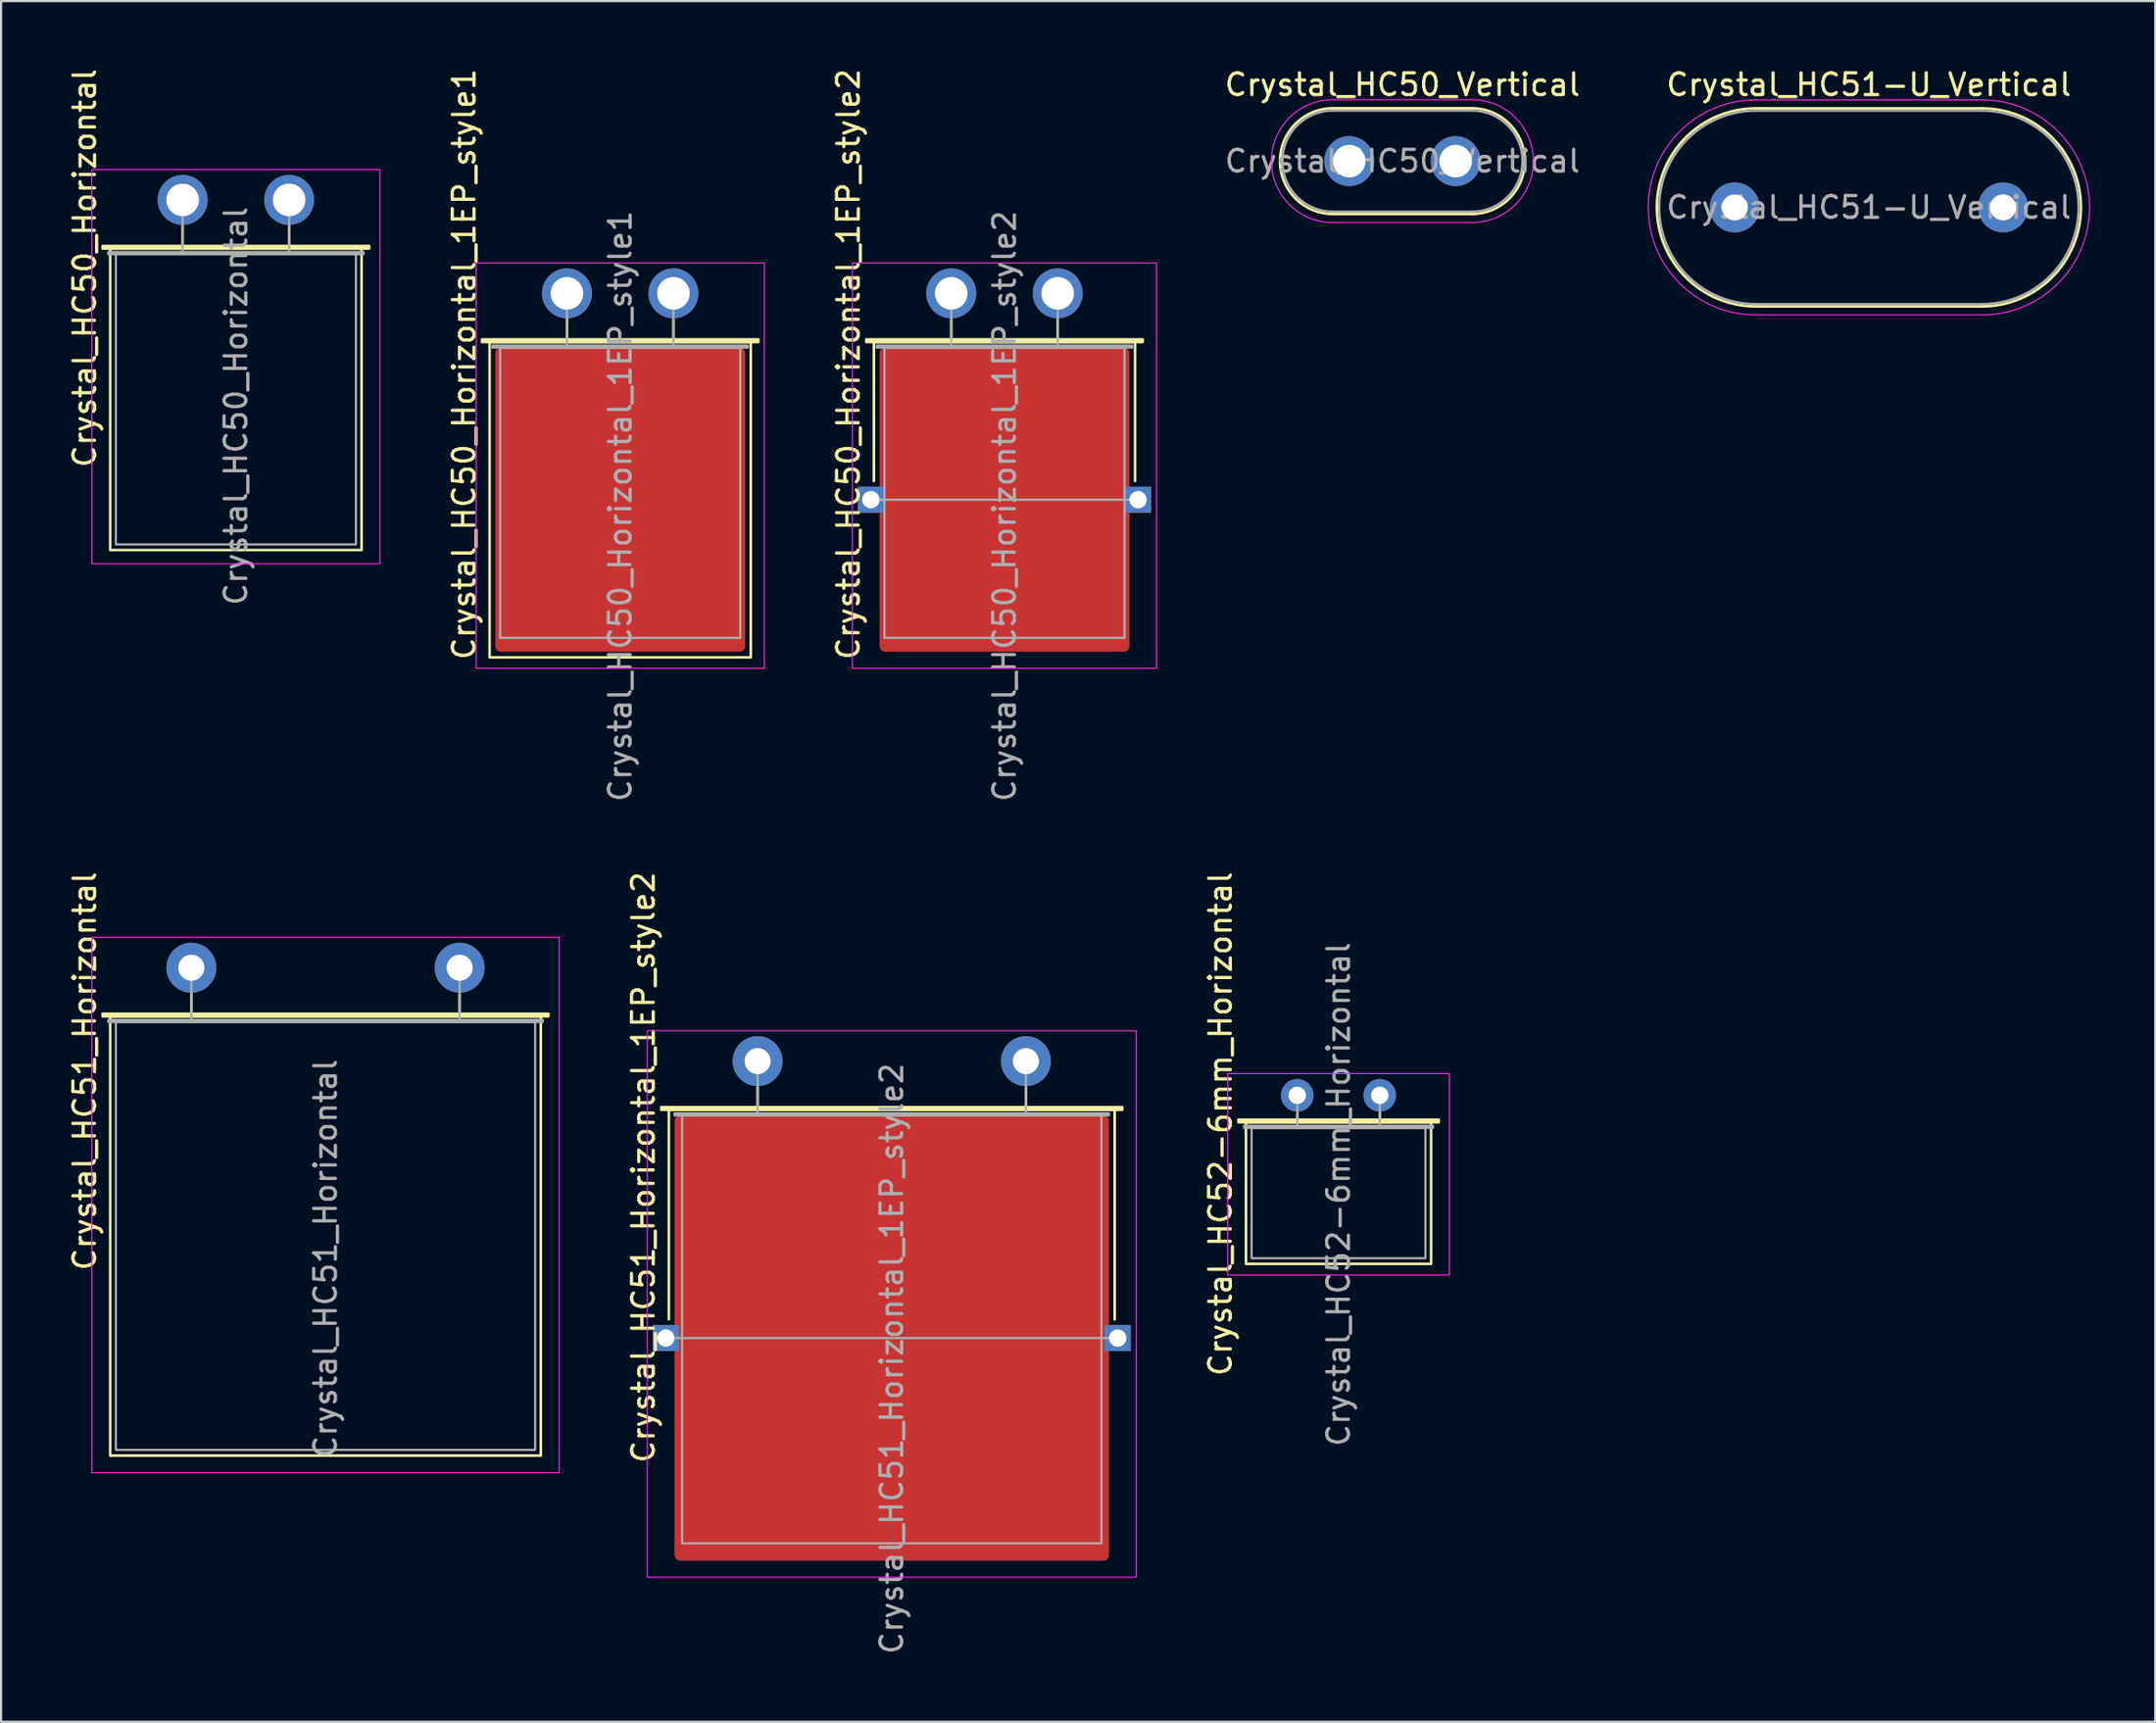
<source format=kicad_pcb>
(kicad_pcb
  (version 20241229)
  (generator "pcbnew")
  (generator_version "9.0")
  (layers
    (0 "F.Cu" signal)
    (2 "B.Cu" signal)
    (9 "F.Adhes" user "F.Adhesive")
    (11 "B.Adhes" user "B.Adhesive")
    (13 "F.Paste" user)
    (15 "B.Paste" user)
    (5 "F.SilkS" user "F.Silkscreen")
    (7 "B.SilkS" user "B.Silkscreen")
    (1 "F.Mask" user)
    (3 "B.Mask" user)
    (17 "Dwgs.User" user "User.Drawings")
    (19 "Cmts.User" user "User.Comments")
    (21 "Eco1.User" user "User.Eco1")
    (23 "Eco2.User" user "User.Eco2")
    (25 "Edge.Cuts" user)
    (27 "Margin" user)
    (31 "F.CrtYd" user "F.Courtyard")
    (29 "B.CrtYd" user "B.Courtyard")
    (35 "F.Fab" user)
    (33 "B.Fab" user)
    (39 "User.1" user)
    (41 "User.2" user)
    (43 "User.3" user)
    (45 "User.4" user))
  (footprint "Crystal_HC51-U_Vertical"
    (layer "F.Cu")
    (at 76.798 6.498)
    (property "Reference" "Crystal_HC51-U_Vertical" (at 6.17 -5.65 0) (layer "F.SilkS") (effects (font (size 1 1) (thickness 0.15))))
    (attr through_hole)
    (fp_line (start 0.975 -4.56) (end 11.375 -4.56) (stroke (width 0.12) (type solid)) (layer "F.SilkS"))
    (fp_line (start 11.375 4.56) (end 0.975 4.56) (stroke (width 0.12) (type solid)) (layer "F.SilkS"))
    (fp_arc (start 0.975 4.56) (mid -3.585 0) (end 0.975 -4.56) (stroke (width 0.12) (type solid)) (layer "F.SilkS"))
    (fp_arc (start 11.375 -4.56) (mid 15.935 0) (end 11.375 4.56) (stroke (width 0.12) (type solid)) (layer "F.SilkS"))
    (fp_line (start 0.97 -4.95) (end 11.38 -4.95) (stroke (width 0.05) (type solid)) (layer "F.CrtYd"))
    (fp_line (start 11.38 4.95) (end 0.97 4.95) (stroke (width 0.05) (type solid)) (layer "F.CrtYd"))
    (fp_arc (start 0.97 4.95) (mid -3.98 0) (end 0.97 -4.95) (stroke (width 0.05) (type solid)) (layer "F.CrtYd"))
    (fp_arc (start 11.38 -4.95) (mid 16.33 0) (end 11.38 4.95) (stroke (width 0.05) (type solid)) (layer "F.CrtYd"))
    (fp_line (start 0.975 -4.45) (end 11.375 -4.45) (stroke (width 0.1) (type solid)) (layer "F.Fab"))
    (fp_line (start 11.375 4.45) (end 0.975 4.45) (stroke (width 0.1) (type solid)) (layer "F.Fab"))
    (fp_arc (start 0.975 4.45) (mid -3.475 0) (end 0.975 -4.45) (stroke (width 0.1) (type solid)) (layer "F.Fab"))
    (fp_arc (start 11.375 -4.45) (mid 15.825 0) (end 11.375 4.45) (stroke (width 0.1) (type solid)) (layer "F.Fab"))
    (fp_text user "${REFERENCE}" (at 6.17 0 0) (layer "F.Fab") (effects (font (size 1 1) (thickness 0.15))))
    (pad "1" thru_hole circle (at 0 0) (size 2.3 2.3) (drill 1.2) (layers "*.Cu" "*.Mask"))
    (pad "2" thru_hole circle (at 12.35 0) (size 2.3 2.3) (drill 1.2) (layers "*.Cu" "*.Mask")))
  (footprint "Crystal_HC51_Horizontal"
    (layer "F.Cu")
    (at 5.758 41.501)
    (property "Reference" "Crystal_HC51_Horizontal" (at -4.91 4.763 90) (layer "F.SilkS") (effects (font (size 1 1) (thickness 0.15))))
    (attr through_hole)
    (fp_line (start 0 2.24) (end 0 1.21) (stroke (width 0.12) (type solid)) (layer "F.SilkS"))
    (fp_line (start 12.35 2.24) (end 12.35 1.21) (stroke (width 0.12) (type solid)) (layer "F.SilkS"))
    (fp_rect (start -4.085 2.12) (end 16.435 2.24) (stroke (width 0.12) (type solid)) (fill no) (layer "F.SilkS"))
    (fp_rect (start -3.735 2.24) (end 16.085 22.46) (stroke (width 0.12) (type solid)) (fill no) (layer "F.SilkS"))
    (fp_rect (start -4.58 -1.4) (end 16.93 23.25) (stroke (width 0.05) (type solid)) (fill no) (layer "F.CrtYd"))
    (fp_line (start 0 1.25) (end 0 0) (stroke (width 0.1) (type solid)) (layer "F.Fab"))
    (fp_line (start 0 2.5) (end 0 1.25) (stroke (width 0.1) (type solid)) (layer "F.Fab"))
    (fp_line (start 12.35 1.25) (end 12.35 0) (stroke (width 0.1) (type solid)) (layer "F.Fab"))
    (fp_line (start 12.35 2.5) (end 12.35 1.25) (stroke (width 0.1) (type solid)) (layer "F.Fab"))
    (fp_rect (start -3.825 2.4) (end 16.175 2.5) (stroke (width 0.1) (type solid)) (fill no) (layer "F.Fab"))
    (fp_rect (start -3.475 2.5) (end 15.825 22.2) (stroke (width 0.1) (type solid)) (fill no) (layer "F.Fab"))
    (fp_text user "${REFERENCE}" (at 6.175 13.39 90) (layer "F.Fab") (effects (font (size 1 1) (thickness 0.15))))
    (pad "1" thru_hole circle (at 0 0) (size 2.3 2.3) (drill 1.2) (layers "*.Cu" "*.Mask"))
    (pad "2" thru_hole circle (at 12.35 0) (size 2.3 2.3) (drill 1.2) (layers "*.Cu" "*.Mask")))
  (footprint "Crystal_HC51_Horizontal_1EP_style2"
    (layer "F.Cu")
    (at 31.822 45.802)
    (property "Reference" "Crystal_HC51_Horizontal_1EP_style2" (at -5.26 4.89 90) (layer "F.SilkS") (effects (font (size 1 1) (thickness 0.15))))
    (attr through_hole)
    (fp_line (start -4.085 2.24) (end 16.435 2.24) (stroke (width 0.12) (type solid)) (layer "F.SilkS"))
    (fp_line (start -4.085 11.89) (end -4.085 2.24) (stroke (width 0.12) (type solid)) (layer "F.SilkS"))
    (fp_line (start 0 2.24) (end 0 1.21) (stroke (width 0.12) (type solid)) (layer "F.SilkS"))
    (fp_line (start 12.35 2.24) (end 12.35 1.21) (stroke (width 0.12) (type solid)) (layer "F.SilkS"))
    (fp_line (start 16.435 2.24) (end 16.435 11.89) (stroke (width 0.12) (type solid)) (layer "F.SilkS"))
    (fp_rect (start -4.435 2.12) (end 16.785 2.24) (stroke (width 0.12) (type solid)) (fill no) (layer "F.SilkS"))
    (fp_rect (start -5.08 -1.4) (end 17.43 23.76) (stroke (width 0.05) (type solid)) (fill no) (layer "F.CrtYd"))
    (fp_line (start -4.225 12.75) (end 16.575 12.75) (stroke (width 0.1) (type solid)) (layer "F.Fab"))
    (fp_line (start 0 1.25) (end 0 0) (stroke (width 0.1) (type solid)) (layer "F.Fab"))
    (fp_line (start 0 2.5) (end 0 1.25) (stroke (width 0.1) (type solid)) (layer "F.Fab"))
    (fp_line (start 12.35 1.25) (end 12.35 0) (stroke (width 0.1) (type solid)) (layer "F.Fab"))
    (fp_line (start 12.35 2.5) (end 12.35 1.25) (stroke (width 0.1) (type solid)) (layer "F.Fab"))
    (fp_rect (start -3.825 2.4) (end 16.175 2.5) (stroke (width 0.1) (type solid)) (fill no) (layer "F.Fab"))
    (fp_rect (start -3.475 2.5) (end 15.825 22.2) (stroke (width 0.1) (type solid)) (fill no) (layer "F.Fab"))
    (fp_text user "${REFERENCE}" (at 6.175 13.696 90) (layer "F.Fab") (effects (font (size 1 1) (thickness 0.15))))
    (pad "1" thru_hole circle (at 0 0) (size 2.3 2.3) (drill 1.2) (layers "*.Cu" "*.Mask"))
    (pad "2" thru_hole circle (at 12.35 0) (size 2.3 2.3) (drill 1.2) (layers "*.Cu" "*.Mask"))
    (pad "3" thru_hole rect (at -4.225 12.75) (size 1.2 1.2) (drill 0.8) (layers "*.Cu" "*.Mask"))
    (pad "3" smd roundrect (at 6.175 12.75) (size 20 20.5) (layers "F.Cu" "F.Mask" "F.Paste") (roundrect_rratio 0.013))
    (pad "3" thru_hole rect (at 16.575 12.75) (size 1.2 1.2) (drill 0.8) (layers "*.Cu" "*.Mask")))
  (footprint "Crystal_HC52-6mm_Horizontal"
    (layer "F.Cu")
    (at 56.66 47.377)
    (property "Reference" "Crystal_HC52-6mm_Horizontal" (at -3.535 1.315 90) (layer "F.SilkS") (effects (font (size 1 1) (thickness 0.15))))
    (attr through_hole)
    (fp_line (start 0 1.24) (end 0 0.81) (stroke (width 0.12) (type solid)) (layer "F.SilkS"))
    (fp_line (start 3.8 1.24) (end 3.8 0.81) (stroke (width 0.12) (type solid)) (layer "F.SilkS"))
    (fp_rect (start -2.71 1.12) (end 6.51 1.24) (stroke (width 0.12) (type solid)) (fill no) (layer "F.SilkS"))
    (fp_rect (start -2.36 1.24) (end 6.16 7.76) (stroke (width 0.12) (type solid)) (fill no) (layer "F.SilkS"))
    (fp_rect (start -3.2 -1) (end 7 8.27) (stroke (width 0.05) (type solid)) (fill no) (layer "F.CrtYd"))
    (fp_line (start 0 0.75) (end 0 0) (stroke (width 0.1) (type solid)) (layer "F.Fab"))
    (fp_line (start 0 1.5) (end 0 0.75) (stroke (width 0.1) (type solid)) (layer "F.Fab"))
    (fp_line (start 3.8 0.75) (end 3.8 0) (stroke (width 0.1) (type solid)) (layer "F.Fab"))
    (fp_line (start 3.8 1.5) (end 3.8 0.75) (stroke (width 0.1) (type solid)) (layer "F.Fab"))
    (fp_rect (start -2.45 1.4) (end 6.25 1.5) (stroke (width 0.1) (type solid)) (fill no) (layer "F.Fab"))
    (fp_rect (start -2.1 1.5) (end 5.9 7.5) (stroke (width 0.1) (type solid)) (fill no) (layer "F.Fab"))
    (fp_text user "${REFERENCE}" (at 1.9 4.556 90) (layer "F.Fab") (effects (font (size 1 1) (thickness 0.15))))
    (pad "1" thru_hole circle (at 0 0) (size 1.5 1.5) (drill 0.8) (layers "*.Cu" "*.Mask"))
    (pad "2" thru_hole circle (at 3.8 0) (size 1.5 1.5) (drill 0.8) (layers "*.Cu" "*.Mask")))
  (footprint "Crystal_HC50_Horizontal"
    (layer "F.Cu")
    (at 5.358 6.154)
    (property "Reference" "Crystal_HC50_Horizontal" (at -4.51 3.138 90) (layer "F.SilkS") (effects (font (size 1 1) (thickness 0.15))))
    (attr through_hole)
    (fp_line (start 0 2.24) (end 0 1.21) (stroke (width 0.12) (type solid)) (layer "F.SilkS"))
    (fp_line (start 4.9 2.24) (end 4.9 1.21) (stroke (width 0.12) (type solid)) (layer "F.SilkS"))
    (fp_rect (start -3.685 2.12) (end 8.585 2.24) (stroke (width 0.12) (type solid)) (fill no) (layer "F.SilkS"))
    (fp_rect (start -3.335 2.24) (end 8.235 16.12) (stroke (width 0.12) (type solid)) (fill no) (layer "F.SilkS"))
    (fp_rect (start -4.18 -1.4) (end 9.08 16.75) (stroke (width 0.05) (type solid)) (fill no) (layer "F.CrtYd"))
    (fp_line (start 0 1.25) (end 0 0) (stroke (width 0.1) (type solid)) (layer "F.Fab"))
    (fp_line (start 0 2.5) (end 0 1.25) (stroke (width 0.1) (type solid)) (layer "F.Fab"))
    (fp_line (start 4.9 1.25) (end 4.9 0) (stroke (width 0.1) (type solid)) (layer "F.Fab"))
    (fp_line (start 4.9 2.5) (end 4.9 1.25) (stroke (width 0.1) (type solid)) (layer "F.Fab"))
    (fp_rect (start -3.425 2.4) (end 8.325 2.5) (stroke (width 0.1) (type solid)) (fill no) (layer "F.Fab"))
    (fp_rect (start -3.075 2.5) (end 7.975 15.86) (stroke (width 0.1) (type solid)) (fill no) (layer "F.Fab"))
    (fp_text user "${REFERENCE}" (at 2.45 9.49 90) (layer "F.Fab") (effects (font (size 1 1) (thickness 0.15))))
    (pad "1" thru_hole circle (at 0 0) (size 2.3 2.3) (drill 1.5) (layers "*.Cu" "*.Mask"))
    (pad "2" thru_hole circle (at 4.9 0) (size 2.3 2.3) (drill 1.5) (layers "*.Cu" "*.Mask")))
  (footprint "Crystal_HC50_Vertical"
    (layer "F.Cu")
    (at 59.051 4.368)
    (property "Reference" "Crystal_HC50_Vertical" (at 2.45 -3.52 0) (layer "F.SilkS") (effects (font (size 1 1) (thickness 0.15))))
    (attr through_hole)
    (fp_line (start -0.75 -2.435) (end 5.65 -2.435) (stroke (width 0.12) (type solid)) (layer "F.SilkS"))
    (fp_line (start 5.65 2.435) (end -0.75 2.435) (stroke (width 0.12) (type solid)) (layer "F.SilkS"))
    (fp_arc (start -0.75 2.435) (mid -3.185 0) (end -0.75 -2.435) (stroke (width 0.12) (type solid)) (layer "F.SilkS"))
    (fp_arc (start 5.65 -2.435) (mid 8.085 0) (end 5.65 2.435) (stroke (width 0.12) (type solid)) (layer "F.SilkS"))
    (fp_line (start -0.75 -2.83) (end 5.65 -2.83) (stroke (width 0.05) (type solid)) (layer "F.CrtYd"))
    (fp_line (start 5.65 2.83) (end -0.75 2.83) (stroke (width 0.05) (type solid)) (layer "F.CrtYd"))
    (fp_arc (start -0.75 2.83) (mid -3.58 0) (end -0.75 -2.83) (stroke (width 0.05) (type solid)) (layer "F.CrtYd"))
    (fp_arc (start 5.65 -2.83) (mid 8.48 0) (end 5.65 2.83) (stroke (width 0.05) (type solid)) (layer "F.CrtYd"))
    (fp_line (start -0.75 -2.325) (end 5.65 -2.325) (stroke (width 0.1) (type solid)) (layer "F.Fab"))
    (fp_line (start 5.65 2.325) (end -0.75 2.325) (stroke (width 0.1) (type solid)) (layer "F.Fab"))
    (fp_arc (start -0.75 2.325) (mid -3.075 0) (end -0.75 -2.325) (stroke (width 0.1) (type solid)) (layer "F.Fab"))
    (fp_arc (start 5.65 -2.325) (mid 7.975 0) (end 5.65 2.325) (stroke (width 0.1) (type solid)) (layer "F.Fab"))
    (fp_text user "${REFERENCE}" (at 2.45 0 0) (layer "F.Fab") (effects (font (size 1 1) (thickness 0.15))))
    (pad "1" thru_hole circle (at 0 0) (size 2.3 2.3) (drill 1.5) (layers "*.Cu" "*.Mask"))
    (pad "2" thru_hole circle (at 4.9 0) (size 2.3 2.3) (drill 1.5) (layers "*.Cu" "*.Mask")))
  (footprint "Crystal_HC50_Horizontal_1EP_style2"
    (layer "F.Cu")
    (at 40.735 10.455)
    (property "Reference" "Crystal_HC50_Horizontal_1EP_style2" (at -4.735 3.265 90) (layer "F.SilkS") (effects (font (size 1 1) (thickness 0.15))))
    (attr through_hole)
    (fp_line (start -3.56 2.24) (end 8.46 2.24) (stroke (width 0.12) (type solid)) (layer "F.SilkS"))
    (fp_line (start -3.56 8.64) (end -3.56 2.24) (stroke (width 0.12) (type solid)) (layer "F.SilkS"))
    (fp_line (start 0 2.24) (end 0 1.21) (stroke (width 0.12) (type solid)) (layer "F.SilkS"))
    (fp_line (start 4.9 2.24) (end 4.9 1.21) (stroke (width 0.12) (type solid)) (layer "F.SilkS"))
    (fp_line (start 8.46 2.24) (end 8.46 8.64) (stroke (width 0.12) (type solid)) (layer "F.SilkS"))
    (fp_rect (start -3.91 2.12) (end 8.81 2.24) (stroke (width 0.12) (type solid)) (fill no) (layer "F.SilkS"))
    (fp_rect (start -4.55 -1.4) (end 9.45 17.26) (stroke (width 0.05) (type solid)) (fill no) (layer "F.CrtYd"))
    (fp_line (start -3.7 9.5) (end 8.6 9.5) (stroke (width 0.1) (type solid)) (layer "F.Fab"))
    (fp_line (start 0 1.25) (end 0 0) (stroke (width 0.1) (type solid)) (layer "F.Fab"))
    (fp_line (start 0 2.5) (end 0 1.25) (stroke (width 0.1) (type solid)) (layer "F.Fab"))
    (fp_line (start 4.9 1.25) (end 4.9 0) (stroke (width 0.1) (type solid)) (layer "F.Fab"))
    (fp_line (start 4.9 2.5) (end 4.9 1.25) (stroke (width 0.1) (type solid)) (layer "F.Fab"))
    (fp_rect (start -3.425 2.4) (end 8.325 2.5) (stroke (width 0.1) (type solid)) (fill no) (layer "F.Fab"))
    (fp_rect (start -3.075 2.5) (end 7.975 15.86) (stroke (width 0.1) (type solid)) (fill no) (layer "F.Fab"))
    (fp_text user "${REFERENCE}" (at 2.45 9.796 90) (layer "F.Fab") (effects (font (size 1 1) (thickness 0.15))))
    (pad "1" thru_hole circle (at 0 0) (size 2.3 2.3) (drill 1.5) (layers "*.Cu" "*.Mask"))
    (pad "2" thru_hole circle (at 4.9 0) (size 2.3 2.3) (drill 1.5) (layers "*.Cu" "*.Mask"))
    (pad "3" thru_hole rect (at -3.7 9.5) (size 1.2 1.2) (drill 0.8) (layers "*.Cu" "*.Mask"))
    (pad "3" smd roundrect (at 2.45 9.5) (size 11.5 14) (layers "F.Cu" "F.Mask" "F.Paste") (roundrect_rratio 0.022))
    (pad "3" thru_hole rect (at 8.6 9.5) (size 1.2 1.2) (drill 0.8) (layers "*.Cu" "*.Mask")))
  (footprint "Crystal_HC50_Horizontal_1EP_style1"
    (layer "F.Cu")
    (at 23.047 10.455)
    (property "Reference" "Crystal_HC50_Horizontal_1EP_style1" (at -4.735 3.265 90) (layer "F.SilkS") (effects (font (size 1 1) (thickness 0.15))))
    (attr through_hole)
    (fp_line (start 0 2.24) (end 0 1.21) (stroke (width 0.12) (type solid)) (layer "F.SilkS"))
    (fp_line (start 4.9 2.24) (end 4.9 1.21) (stroke (width 0.12) (type solid)) (layer "F.SilkS"))
    (fp_rect (start -3.91 2.12) (end 8.81 2.24) (stroke (width 0.12) (type solid)) (fill no) (layer "F.SilkS"))
    (fp_rect (start -3.56 2.24) (end 8.46 16.76) (stroke (width 0.12) (type solid)) (fill no) (layer "F.SilkS"))
    (fp_rect (start -4.18 -1.4) (end 9.08 17.26) (stroke (width 0.05) (type solid)) (fill no) (layer "F.CrtYd"))
    (fp_line (start 0 1.25) (end 0 0) (stroke (width 0.1) (type solid)) (layer "F.Fab"))
    (fp_line (start 0 2.5) (end 0 1.25) (stroke (width 0.1) (type solid)) (layer "F.Fab"))
    (fp_line (start 4.9 1.25) (end 4.9 0) (stroke (width 0.1) (type solid)) (layer "F.Fab"))
    (fp_line (start 4.9 2.5) (end 4.9 1.25) (stroke (width 0.1) (type solid)) (layer "F.Fab"))
    (fp_rect (start -3.425 2.4) (end 8.325 2.5) (stroke (width 0.1) (type solid)) (fill no) (layer "F.Fab"))
    (fp_rect (start -3.075 2.5) (end 7.975 15.86) (stroke (width 0.1) (type solid)) (fill no) (layer "F.Fab"))
    (fp_text user "${REFERENCE}" (at 2.45 9.796 90) (layer "F.Fab") (effects (font (size 1 1) (thickness 0.15))))
    (pad "1" thru_hole circle (at 0 0) (size 2.3 2.3) (drill 1.5) (layers "*.Cu" "*.Mask"))
    (pad "2" thru_hole circle (at 4.9 0) (size 2.3 2.3) (drill 1.5) (layers "*.Cu" "*.Mask"))
    (pad "3" smd roundrect (at 2.45 9.5) (size 11.5 14) (layers "F.Cu" "F.Mask" "F.Paste") (roundrect_rratio 0.022)))
  (gr_rect
    (start -3 -3)
    (end 96.153 76.218)
    (stroke (width 0.1) (type default))
    (fill no)
    (layer "Edge.Cuts")))
</source>
